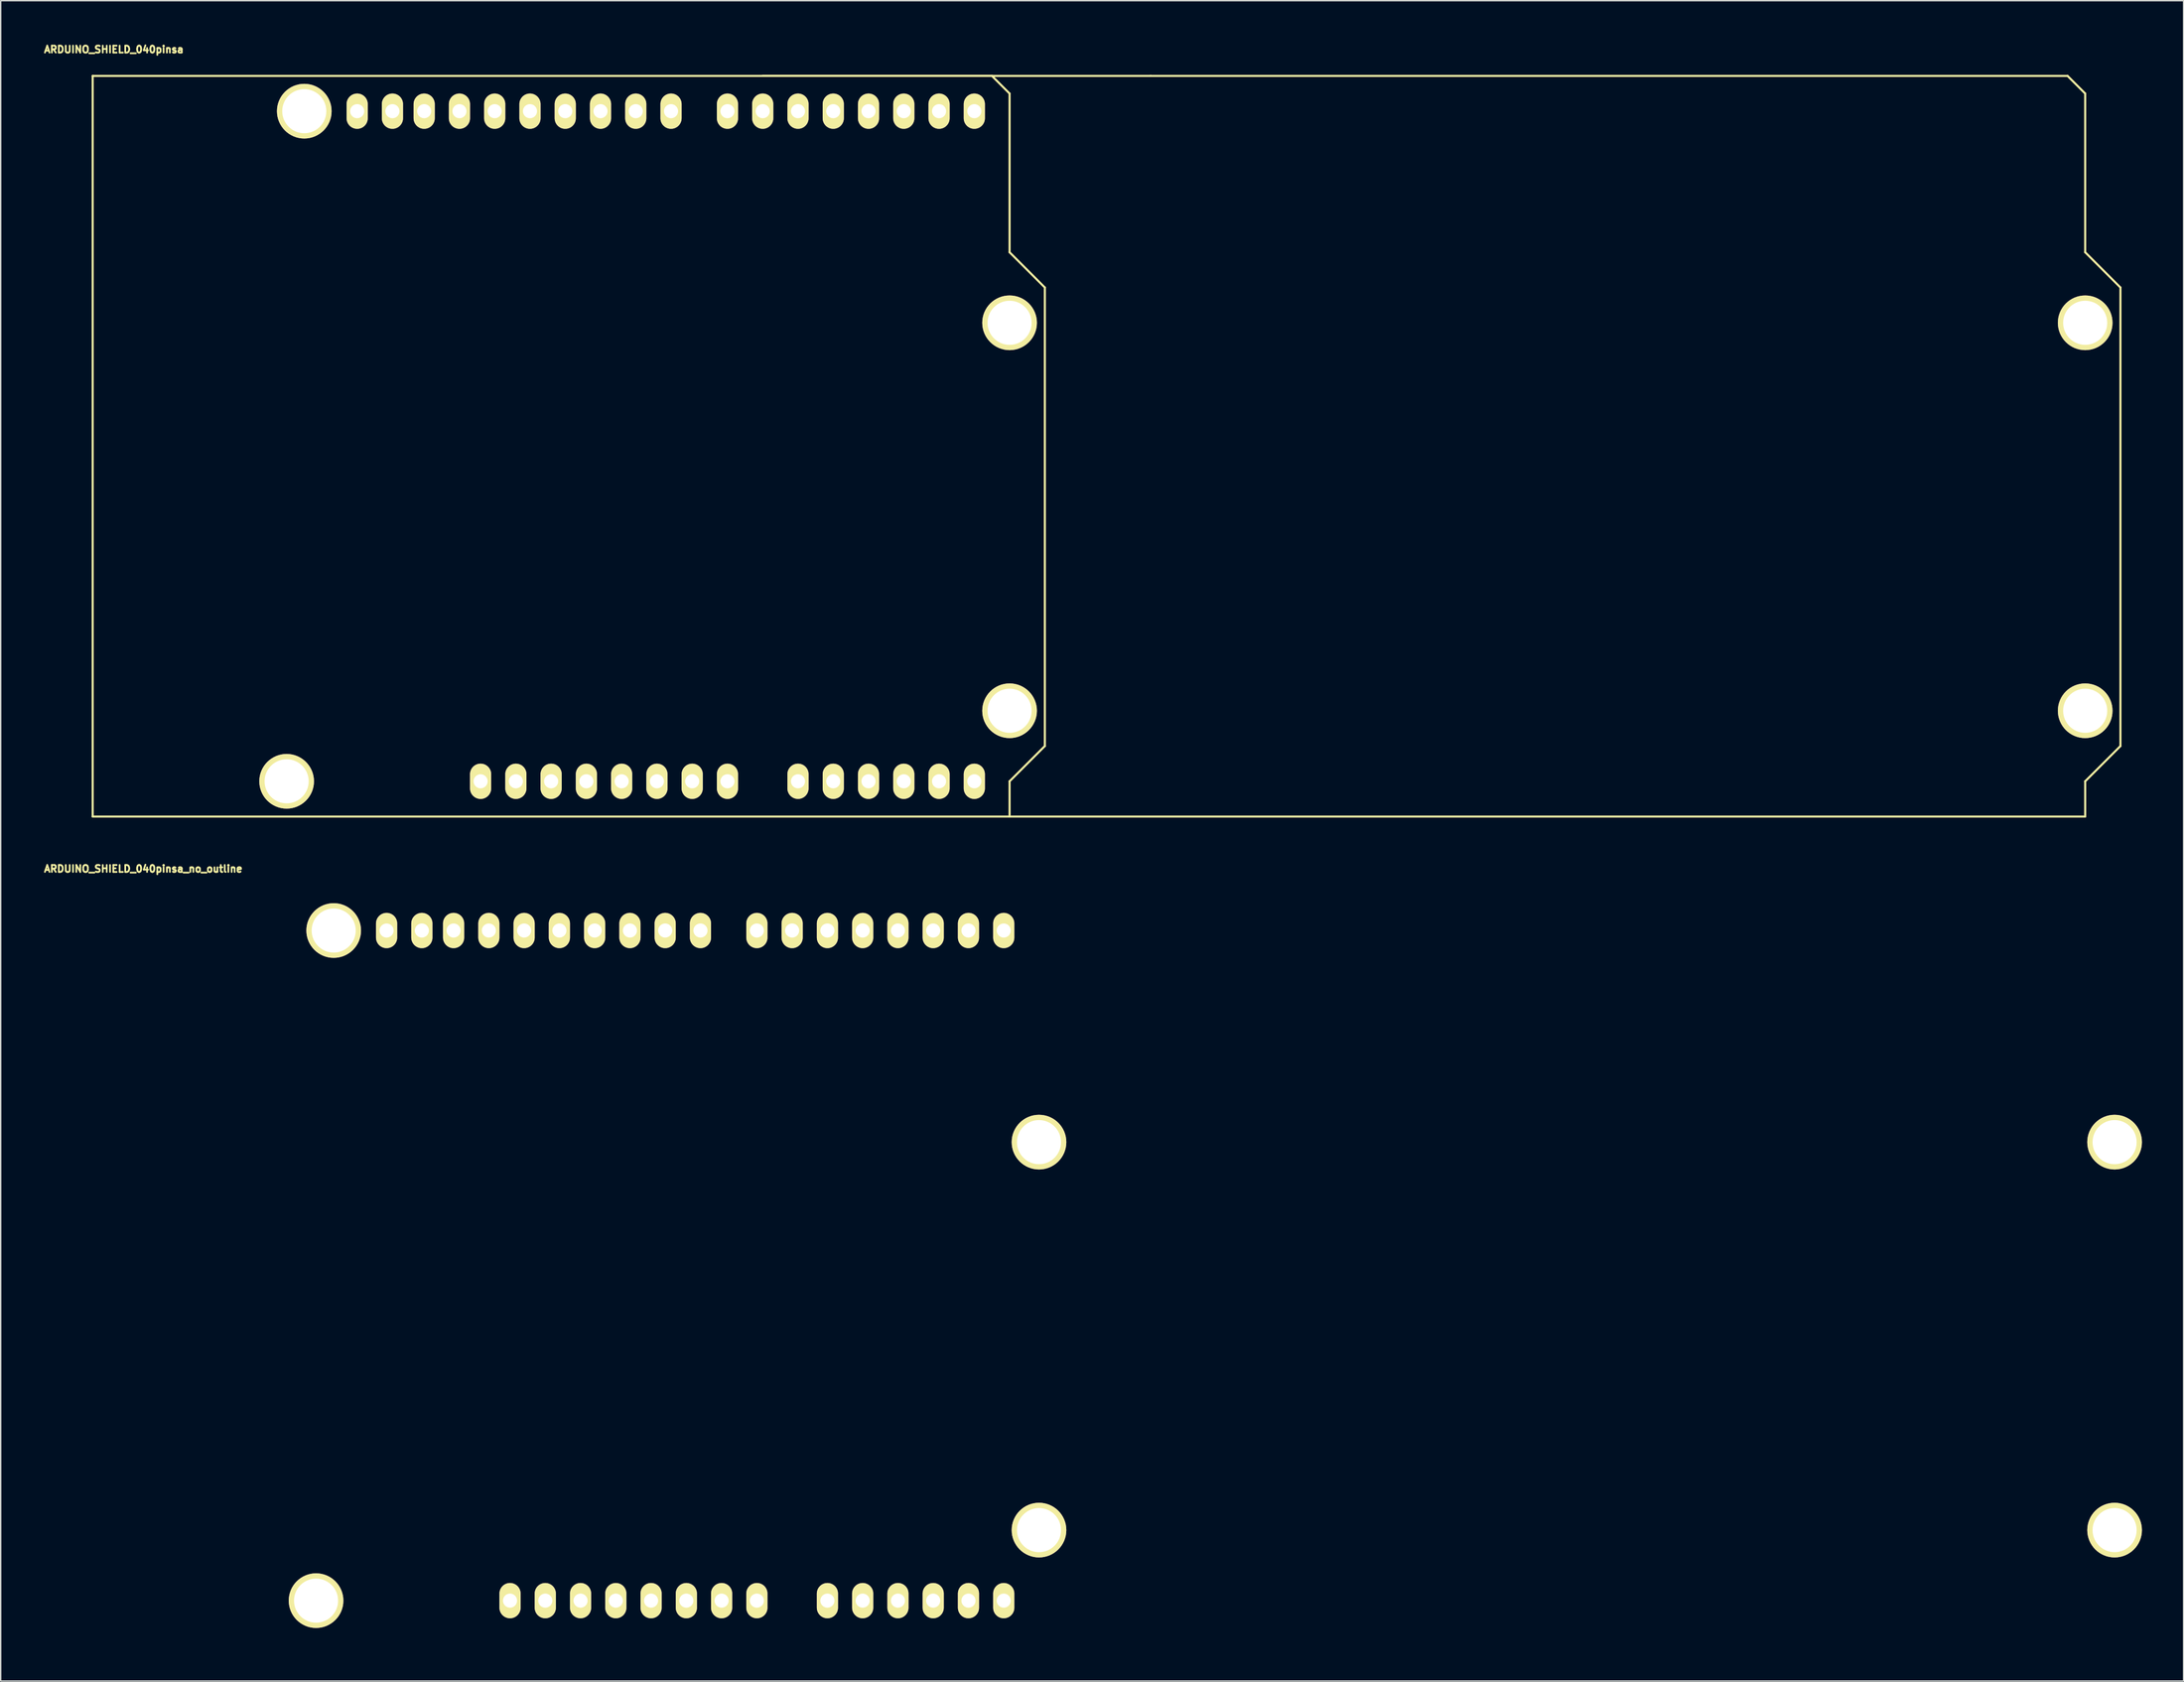
<source format=kicad_pcb>
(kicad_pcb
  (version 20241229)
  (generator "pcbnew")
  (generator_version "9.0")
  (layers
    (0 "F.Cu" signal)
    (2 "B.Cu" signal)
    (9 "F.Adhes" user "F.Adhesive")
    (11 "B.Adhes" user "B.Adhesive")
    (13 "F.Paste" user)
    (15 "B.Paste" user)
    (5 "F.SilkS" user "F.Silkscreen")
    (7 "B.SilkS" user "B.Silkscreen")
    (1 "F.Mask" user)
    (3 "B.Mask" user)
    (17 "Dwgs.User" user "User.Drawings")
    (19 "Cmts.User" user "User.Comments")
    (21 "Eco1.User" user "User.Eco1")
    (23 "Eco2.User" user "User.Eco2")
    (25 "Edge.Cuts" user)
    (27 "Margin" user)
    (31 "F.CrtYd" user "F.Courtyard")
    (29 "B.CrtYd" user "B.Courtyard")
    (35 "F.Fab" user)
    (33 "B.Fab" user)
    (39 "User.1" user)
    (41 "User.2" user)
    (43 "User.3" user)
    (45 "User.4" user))
  (footprint "ARDUINO_SHIELD_040pinsa"
    (layer "F.Cu")
    (at 3.625 55.757)
    (property "Reference" "ARDUINO_SHIELD_040pinsa" (at 1.524 -55.245 0) (layer "F.SilkS") (effects (font (size 0.5 0.5) (thickness 0.125))))
    (attr through_hole)
    (fp_line (start 0 0) (end 0 -53.34) (stroke (width 0.15) (type solid)) (layer "F.SilkS"))
    (fp_line (start 48.26 -53.34) (end 76.2 -53.34) (stroke (width 0.15) (type solid)) (layer "F.SilkS"))
    (fp_line (start 64.77 -53.34) (end 0 -53.34) (stroke (width 0.15) (type solid)) (layer "F.SilkS"))
    (fp_line (start 66.04 -52.07) (end 64.77 -53.34) (stroke (width 0.15) (type solid)) (layer "F.SilkS"))
    (fp_line (start 66.04 -40.64) (end 66.04 -52.07) (stroke (width 0.15) (type solid)) (layer "F.SilkS"))
    (fp_line (start 66.04 -40.64) (end 68.58 -38.1) (stroke (width 0.15) (type solid)) (layer "F.SilkS"))
    (fp_line (start 66.04 -2.54) (end 66.04 0) (stroke (width 0.15) (type solid)) (layer "F.SilkS"))
    (fp_line (start 66.04 0) (end 0 0) (stroke (width 0.15) (type solid)) (layer "F.SilkS"))
    (fp_line (start 66.04 0) (end 143.51 0) (stroke (width 0.15) (type solid)) (layer "F.SilkS"))
    (fp_line (start 68.58 -38.1) (end 68.58 -5.08) (stroke (width 0.15) (type solid)) (layer "F.SilkS"))
    (fp_line (start 68.58 -5.08) (end 66.04 -2.54) (stroke (width 0.15) (type solid)) (layer "F.SilkS"))
    (fp_line (start 76.2 -53.34) (end 142.24 -53.34) (stroke (width 0.15) (type solid)) (layer "F.SilkS"))
    (fp_line (start 143.51 -52.07) (end 142.24 -53.34) (stroke (width 0.15) (type solid)) (layer "F.SilkS"))
    (fp_line (start 143.51 -40.64) (end 143.51 -52.07) (stroke (width 0.15) (type solid)) (layer "F.SilkS"))
    (fp_line (start 143.51 -2.54) (end 146.05 -5.08) (stroke (width 0.15) (type solid)) (layer "F.SilkS"))
    (fp_line (start 143.51 0) (end 143.51 -2.54) (stroke (width 0.15) (type solid)) (layer "F.SilkS"))
    (fp_line (start 146.05 -38.1) (end 143.51 -40.64) (stroke (width 0.15) (type solid)) (layer "F.SilkS"))
    (fp_line (start 146.05 -5.08) (end 146.05 -38.1) (stroke (width 0.15) (type solid)) (layer "F.SilkS"))
    (pad "" thru_hole circle (at 13.97 -2.54 90) (size 3.937 3.937) (drill 3.175) (layers "*.Cu" "F.SilkS"))
    (pad "" thru_hole circle (at 15.24 -50.8 90) (size 3.937 3.937) (drill 3.175) (layers "*.Cu" "F.SilkS"))
    (pad "" thru_hole circle (at 66.04 -35.56 90) (size 3.937 3.937) (drill 3.175) (layers "*.Cu" "F.SilkS"))
    (pad "" thru_hole circle (at 66.04 -7.62 90) (size 3.937 3.937) (drill 3.175) (layers "*.Cu" "F.SilkS"))
    (pad "" thru_hole circle (at 143.51 -35.56 90) (size 3.937 3.937) (drill 3.175) (layers "*.Cu" "F.SilkS"))
    (pad "" thru_hole circle (at 143.51 -7.62 90) (size 3.937 3.937) (drill 3.175) (layers "*.Cu" "F.SilkS"))
    (pad "0" thru_hole oval (at 63.5 -50.8 90) (size 2.54 1.524) (drill 1.016) (layers "*.Cu" "*.Mask" "F.SilkS"))
    (pad "1" thru_hole oval (at 60.96 -50.8 90) (size 2.54 1.524) (drill 1.016) (layers "*.Cu" "*.Mask" "F.SilkS"))
    (pad "2" thru_hole oval (at 58.42 -50.8 90) (size 2.54 1.524) (drill 1.016) (layers "*.Cu" "*.Mask" "F.SilkS"))
    (pad "3" thru_hole oval (at 55.88 -50.8 90) (size 2.54 1.524) (drill 1.016) (layers "*.Cu" "*.Mask" "F.SilkS"))
    (pad "3V3" thru_hole oval (at 35.56 -2.54 90) (size 2.54 1.524) (drill 1.016) (layers "*.Cu" "*.Mask" "F.SilkS"))
    (pad "4" thru_hole oval (at 53.34 -50.8 90) (size 2.54 1.524) (drill 1.016) (layers "*.Cu" "*.Mask" "F.SilkS"))
    (pad "5" thru_hole oval (at 50.8 -50.8 90) (size 2.54 1.524) (drill 1.016) (layers "*.Cu" "*.Mask" "F.SilkS"))
    (pad "5V" thru_hole oval (at 38.1 -2.54 90) (size 2.54 1.524) (drill 1.016) (layers "*.Cu" "*.Mask" "F.SilkS"))
    (pad "6" thru_hole oval (at 48.26 -50.8 90) (size 2.54 1.524) (drill 1.016) (layers "*.Cu" "*.Mask" "F.SilkS"))
    (pad "7" thru_hole oval (at 45.72 -50.8 90) (size 2.54 1.524) (drill 1.016) (layers "*.Cu" "*.Mask" "F.SilkS"))
    (pad "8" thru_hole oval (at 41.656 -50.8 90) (size 2.54 1.524) (drill 1.016) (layers "*.Cu" "*.Mask" "F.SilkS"))
    (pad "9" thru_hole oval (at 39.116 -50.8 90) (size 2.54 1.524) (drill 1.016) (layers "*.Cu" "*.Mask" "F.SilkS"))
    (pad "10" thru_hole oval (at 36.576 -50.8 90) (size 2.54 1.524) (drill 1.016) (layers "*.Cu" "*.Mask" "F.SilkS"))
    (pad "11" thru_hole oval (at 34.036 -50.8 90) (size 2.54 1.524) (drill 1.016) (layers "*.Cu" "*.Mask" "F.SilkS"))
    (pad "12" thru_hole oval (at 31.496 -50.8 90) (size 2.54 1.524) (drill 1.016) (layers "*.Cu" "*.Mask" "F.SilkS"))
    (pad "13" thru_hole oval (at 28.956 -50.8 90) (size 2.54 1.524) (drill 1.016) (layers "*.Cu" "*.Mask" "F.SilkS"))
    (pad "AD0" thru_hole oval (at 50.8 -2.54 90) (size 2.54 1.524) (drill 1.016) (layers "*.Cu" "*.Mask" "F.SilkS"))
    (pad "AD1" thru_hole oval (at 53.34 -2.54 90) (size 2.54 1.524) (drill 1.016) (layers "*.Cu" "*.Mask" "F.SilkS"))
    (pad "AD2" thru_hole oval (at 55.88 -2.54 90) (size 2.54 1.524) (drill 1.016) (layers "*.Cu" "*.Mask" "F.SilkS"))
    (pad "AD3" thru_hole oval (at 58.42 -2.54 90) (size 2.54 1.524) (drill 1.016) (layers "*.Cu" "*.Mask" "F.SilkS"))
    (pad "AD4" thru_hole oval (at 60.96 -2.54 90) (size 2.54 1.524) (drill 1.016) (layers "*.Cu" "*.Mask" "F.SilkS"))
    (pad "AD5" thru_hole oval (at 63.5 -2.54 90) (size 2.54 1.524) (drill 1.016) (layers "*.Cu" "*.Mask" "F.SilkS"))
    (pad "AREF" thru_hole oval (at 23.876 -50.8 90) (size 2.54 1.524) (drill 1.016) (layers "*.Cu" "*.Mask" "F.SilkS"))
    (pad "GND1" thru_hole oval (at 40.64 -2.54 90) (size 2.54 1.524) (drill 1.016) (layers "*.Cu" "*.Mask" "F.SilkS"))
    (pad "GND2" thru_hole oval (at 43.18 -2.54 90) (size 2.54 1.524) (drill 1.016) (layers "*.Cu" "*.Mask" "F.SilkS"))
    (pad "GND3" thru_hole oval (at 26.416 -50.8 90) (size 2.54 1.524) (drill 1.016) (layers "*.Cu" "*.Mask" "F.SilkS"))
    (pad "IORE" thru_hole oval (at 30.48 -2.54 90) (size 2.54 1.524) (drill 1.016) (layers "*.Cu" "*.Mask" "F.SilkS"))
    (pad "NC" thru_hole oval (at 27.94 -2.54 90) (size 2.54 1.524) (drill 1.016) (layers "*.Cu" "*.Mask" "F.SilkS"))
    (pad "RST" thru_hole oval (at 33.02 -2.54 90) (size 2.54 1.524) (drill 1.016) (layers "*.Cu" "*.Mask" "F.SilkS"))
    (pad "SCL" thru_hole oval (at 19.05 -50.8 90) (size 2.54 1.524) (drill 1.016) (layers "*.Cu" "*.Mask" "F.SilkS"))
    (pad "SDA" thru_hole oval (at 21.59 -50.8 90) (size 2.54 1.524) (drill 1.016) (layers "*.Cu" "*.Mask" "F.SilkS"))
    (pad "V_IN" thru_hole oval (at 45.72 -2.54 90) (size 2.54 1.524) (drill 1.016) (layers "*.Cu" "*.Mask" "F.SilkS")))
  (footprint "ARDUINO_SHIELD_040pinsa_no_outline"
    (layer "F.Cu")
    (at 5.744 114.764)
    (property "Reference" "ARDUINO_SHIELD_040pinsa_no_outline" (at 1.524 -55.245 0) (layer "F.SilkS") (effects (font (size 0.5 0.5) (thickness 0.125))))
    (attr through_hole)
    (pad "" thru_hole circle (at 13.97 -2.54 90) (size 3.937 3.937) (drill 3.175) (layers "*.Cu" "F.SilkS"))
    (pad "" thru_hole circle (at 15.24 -50.8 90) (size 3.937 3.937) (drill 3.175) (layers "*.Cu" "F.SilkS"))
    (pad "" thru_hole circle (at 66.04 -35.56 90) (size 3.937 3.937) (drill 3.175) (layers "*.Cu" "F.SilkS"))
    (pad "" thru_hole circle (at 66.04 -7.62 90) (size 3.937 3.937) (drill 3.175) (layers "*.Cu" "F.SilkS"))
    (pad "" thru_hole circle (at 143.51 -35.56 90) (size 3.937 3.937) (drill 3.175) (layers "*.Cu" "F.SilkS"))
    (pad "" thru_hole circle (at 143.51 -7.62 90) (size 3.937 3.937) (drill 3.175) (layers "*.Cu" "F.SilkS"))
    (pad "0" thru_hole oval (at 63.5 -50.8 90) (size 2.54 1.524) (drill 1.016) (layers "*.Cu" "*.Mask" "F.SilkS"))
    (pad "1" thru_hole oval (at 60.96 -50.8 90) (size 2.54 1.524) (drill 1.016) (layers "*.Cu" "*.Mask" "F.SilkS"))
    (pad "2" thru_hole oval (at 58.42 -50.8 90) (size 2.54 1.524) (drill 1.016) (layers "*.Cu" "*.Mask" "F.SilkS"))
    (pad "3" thru_hole oval (at 55.88 -50.8 90) (size 2.54 1.524) (drill 1.016) (layers "*.Cu" "*.Mask" "F.SilkS"))
    (pad "3V3" thru_hole oval (at 35.56 -2.54 90) (size 2.54 1.524) (drill 1.016) (layers "*.Cu" "*.Mask" "F.SilkS"))
    (pad "4" thru_hole oval (at 53.34 -50.8 90) (size 2.54 1.524) (drill 1.016) (layers "*.Cu" "*.Mask" "F.SilkS"))
    (pad "5" thru_hole oval (at 50.8 -50.8 90) (size 2.54 1.524) (drill 1.016) (layers "*.Cu" "*.Mask" "F.SilkS"))
    (pad "5V" thru_hole oval (at 38.1 -2.54 90) (size 2.54 1.524) (drill 1.016) (layers "*.Cu" "*.Mask" "F.SilkS"))
    (pad "6" thru_hole oval (at 48.26 -50.8 90) (size 2.54 1.524) (drill 1.016) (layers "*.Cu" "*.Mask" "F.SilkS"))
    (pad "7" thru_hole oval (at 45.72 -50.8 90) (size 2.54 1.524) (drill 1.016) (layers "*.Cu" "*.Mask" "F.SilkS"))
    (pad "8" thru_hole oval (at 41.656 -50.8 90) (size 2.54 1.524) (drill 1.016) (layers "*.Cu" "*.Mask" "F.SilkS"))
    (pad "9" thru_hole oval (at 39.116 -50.8 90) (size 2.54 1.524) (drill 1.016) (layers "*.Cu" "*.Mask" "F.SilkS"))
    (pad "10" thru_hole oval (at 36.576 -50.8 90) (size 2.54 1.524) (drill 1.016) (layers "*.Cu" "*.Mask" "F.SilkS"))
    (pad "11" thru_hole oval (at 34.036 -50.8 90) (size 2.54 1.524) (drill 1.016) (layers "*.Cu" "*.Mask" "F.SilkS"))
    (pad "12" thru_hole oval (at 31.496 -50.8 90) (size 2.54 1.524) (drill 1.016) (layers "*.Cu" "*.Mask" "F.SilkS"))
    (pad "13" thru_hole oval (at 28.956 -50.8 90) (size 2.54 1.524) (drill 1.016) (layers "*.Cu" "*.Mask" "F.SilkS"))
    (pad "AD0" thru_hole oval (at 50.8 -2.54 90) (size 2.54 1.524) (drill 1.016) (layers "*.Cu" "*.Mask" "F.SilkS"))
    (pad "AD1" thru_hole oval (at 53.34 -2.54 90) (size 2.54 1.524) (drill 1.016) (layers "*.Cu" "*.Mask" "F.SilkS"))
    (pad "AD2" thru_hole oval (at 55.88 -2.54 90) (size 2.54 1.524) (drill 1.016) (layers "*.Cu" "*.Mask" "F.SilkS"))
    (pad "AD3" thru_hole oval (at 58.42 -2.54 90) (size 2.54 1.524) (drill 1.016) (layers "*.Cu" "*.Mask" "F.SilkS"))
    (pad "AD4" thru_hole oval (at 60.96 -2.54 90) (size 2.54 1.524) (drill 1.016) (layers "*.Cu" "*.Mask" "F.SilkS"))
    (pad "AD5" thru_hole oval (at 63.5 -2.54 90) (size 2.54 1.524) (drill 1.016) (layers "*.Cu" "*.Mask" "F.SilkS"))
    (pad "AREF" thru_hole oval (at 23.876 -50.8 90) (size 2.54 1.524) (drill 1.016) (layers "*.Cu" "*.Mask" "F.SilkS"))
    (pad "GND1" thru_hole oval (at 40.64 -2.54 90) (size 2.54 1.524) (drill 1.016) (layers "*.Cu" "*.Mask" "F.SilkS"))
    (pad "GND2" thru_hole oval (at 43.18 -2.54 90) (size 2.54 1.524) (drill 1.016) (layers "*.Cu" "*.Mask" "F.SilkS"))
    (pad "GND3" thru_hole oval (at 26.416 -50.8 90) (size 2.54 1.524) (drill 1.016) (layers "*.Cu" "*.Mask" "F.SilkS"))
    (pad "IORE" thru_hole oval (at 30.48 -2.54 90) (size 2.54 1.524) (drill 1.016) (layers "*.Cu" "*.Mask" "F.SilkS"))
    (pad "NC" thru_hole oval (at 27.94 -2.54 90) (size 2.54 1.524) (drill 1.016) (layers "*.Cu" "*.Mask" "F.SilkS"))
    (pad "RST" thru_hole oval (at 33.02 -2.54 90) (size 2.54 1.524) (drill 1.016) (layers "*.Cu" "*.Mask" "F.SilkS"))
    (pad "SCL" thru_hole oval (at 19.05 -50.8 90) (size 2.54 1.524) (drill 1.016) (layers "*.Cu" "*.Mask" "F.SilkS"))
    (pad "SDA" thru_hole oval (at 21.59 -50.8 90) (size 2.54 1.524) (drill 1.016) (layers "*.Cu" "*.Mask" "F.SilkS"))
    (pad "V_IN" thru_hole oval (at 45.72 -2.54 90) (size 2.54 1.524) (drill 1.016) (layers "*.Cu" "*.Mask" "F.SilkS")))
  (gr_rect
    (start -3 -3)
    (end 154.223 118.014)
    (stroke (width 0.1) (type default))
    (fill no)
    (layer "Edge.Cuts")))
</source>
